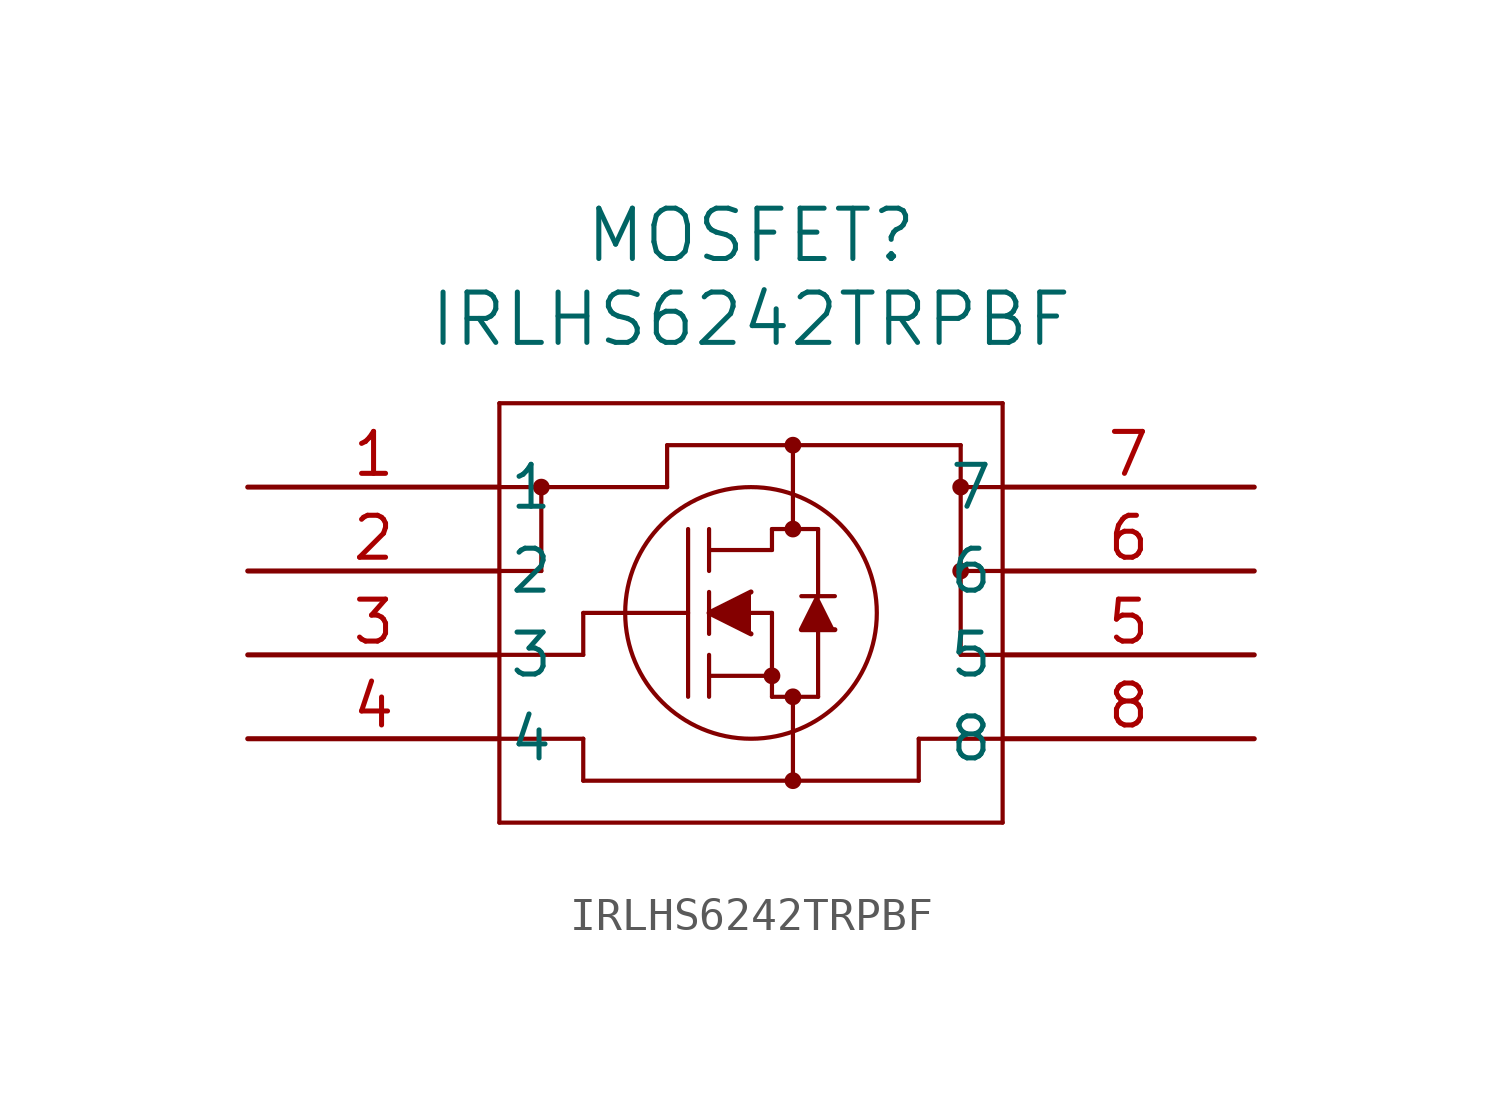
<source format=kicad_sym>
(kicad_symbol_lib
  (version 20211014)
  (generator kicad_symbol_editor)
  (symbol "IRLHS6242TRPBF"
    (pin_names
      (offset 0.254))
    (property "Reference" "MOSFET"
      (at 15.24 7.62 0)
      (effects (font (size 1.524 1.524))))
    (property "Value" "IRLHS6242TRPBF"
      (at 15.24 5.08 0)
      (effects (font (size 1.524 1.524))))
    (symbol "IRLHS6242TRPBF_0_1"
      (polyline (pts (xy 7.62 2.54) (xy 7.62 -10.16)) (stroke (width 0.127) (type default) (color 0 0 0 0)) (fill (type none)))
      (polyline (pts (xy 7.62 -10.16) (xy 22.86 -10.16)) (stroke (width 0.127) (type default) (color 0 0 0 0)) (fill (type none)))
      (polyline (pts (xy 22.86 -10.16) (xy 22.86 2.54)) (stroke (width 0.127) (type default) (color 0 0 0 0)) (fill (type none)))
      (polyline (pts (xy 22.86 2.54) (xy 7.62 2.54)) (stroke (width 0.127) (type default) (color 0 0 0 0)) (fill (type none)))
      (circle (center 16.51 -1.27) (radius 0.127) (stroke (width 0.254) (type default) (color 0 0 0 0)) (fill (type none)))
      (circle (center 16.51 -6.35) (radius 0.127) (stroke (width 0.254) (type default) (color 0 0 0 0)) (fill (type none)))
      (circle (center 15.875 -5.715) (radius 0.127) (stroke (width 0.254) (type default) (color 0 0 0 0)) (fill (type none)))
      (circle (center 15.24 -3.81) (radius 3.81) (stroke (width 0.127) (type default) (color 0 0 0 0)) (fill (type none)))
      (polyline (pts (xy 10.16 -3.81) (xy 13.335 -3.81)) (stroke (width 0.127) (type default) (color 0 0 0 0)) (fill (type none)))
      (polyline (pts (xy 13.335 -6.35) (xy 13.335 -1.27)) (stroke (width 0.127) (type default) (color 0 0 0 0)) (fill (type none)))
      (polyline (pts (xy 13.97 -4.445) (xy 13.97 -3.175)) (stroke (width 0.127) (type default) (color 0 0 0 0)) (fill (type none)))
      (polyline (pts (xy 13.97 -6.35) (xy 13.97 -5.08)) (stroke (width 0.127) (type default) (color 0 0 0 0)) (fill (type none)))
      (polyline (pts (xy 13.97 -2.54) (xy 13.97 -1.27)) (stroke (width 0.127) (type default) (color 0 0 0 0)) (fill (type none)))
      (polyline (pts (xy 15.24 -3.81) (xy 15.875 -3.81)) (stroke (width 0.127) (type default) (color 0 0 0 0)) (fill (type none)))
      (polyline (pts (xy 13.97 -5.715) (xy 15.875 -5.715)) (stroke (width 0.127) (type default) (color 0 0 0 0)) (fill (type none)))
      (polyline (pts (xy 15.875 -6.35) (xy 15.875 -3.81)) (stroke (width 0.127) (type default) (color 0 0 0 0)) (fill (type none)))
      (polyline (pts (xy 15.875 -6.35) (xy 17.272 -6.35)) (stroke (width 0.127) (type default) (color 0 0 0 0)) (fill (type none)))
      (polyline (pts (xy 13.97 -1.905) (xy 15.875 -1.905)) (stroke (width 0.127) (type default) (color 0 0 0 0)) (fill (type none)))
      (polyline (pts (xy 17.272 -3.302) (xy 17.272 -1.27)) (stroke (width 0.127) (type default) (color 0 0 0 0)) (fill (type none)))
      (polyline (pts (xy 17.272 -6.35) (xy 17.272 -4.318)) (stroke (width 0.127) (type default) (color 0 0 0 0)) (fill (type none)))
      (polyline (pts (xy 17.78 -3.302) (xy 16.764 -3.302)) (stroke (width 0.127) (type default) (color 0 0 0 0)) (fill (type none)))
      (polyline (pts (xy 15.875 -1.27) (xy 17.272 -1.27)) (stroke (width 0.127) (type default) (color 0 0 0 0)) (fill (type none)))
      (polyline (pts (xy 15.875 -1.905) (xy 15.875 -1.27)) (stroke (width 0.127) (type default) (color 0 0 0 0)) (fill (type none)))
      (polyline (pts (xy 7.62 -7.62) (xy 10.16 -7.62)) (stroke (width 0.127) (type default) (color 0 0 0 0)) (fill (type none)))
      (polyline (pts (xy 10.16 -5.08) (xy 10.16 -3.81)) (stroke (width 0.127) (type default) (color 0 0 0 0)) (fill (type none)))
      (polyline (pts (xy 7.62 0) (xy 12.7 0)) (stroke (width 0.127) (type default) (color 0 0 0 0)) (fill (type none)))
      (polyline (pts (xy 7.62 -2.54) (xy 8.89 -2.54)) (stroke (width 0.127) (type default) (color 0 0 0 0)) (fill (type none)))
      (polyline (pts (xy 7.62 -5.08) (xy 10.16 -5.08)) (stroke (width 0.127) (type default) (color 0 0 0 0)) (fill (type none)))
      (polyline (pts (xy 8.89 0) (xy 8.89 -2.54)) (stroke (width 0.127) (type default) (color 0 0 0 0)) (fill (type none)))
      (polyline (pts (xy 10.16 -7.62) (xy 10.16 -8.89)) (stroke (width 0.127) (type default) (color 0 0 0 0)) (fill (type none)))
      (polyline (pts (xy 10.16 -8.89) (xy 20.32 -8.89)) (stroke (width 0.127) (type default) (color 0 0 0 0)) (fill (type none)))
      (polyline (pts (xy 16.51 -8.89) (xy 16.51 -6.35)) (stroke (width 0.127) (type default) (color 0 0 0 0)) (fill (type none)))
      (polyline (pts (xy 22.86 -7.62) (xy 20.32 -7.62)) (stroke (width 0.127) (type default) (color 0 0 0 0)) (fill (type none)))
      (polyline (pts (xy 21.59 -5.08) (xy 21.59 1.27)) (stroke (width 0.127) (type default) (color 0 0 0 0)) (fill (type none)))
      (polyline (pts (xy 22.86 -5.08) (xy 21.59 -5.08)) (stroke (width 0.127) (type default) (color 0 0 0 0)) (fill (type none)))
      (polyline (pts (xy 22.86 -2.54) (xy 21.59 -2.54)) (stroke (width 0.127) (type default) (color 0 0 0 0)) (fill (type none)))
      (polyline (pts (xy 22.86 0) (xy 21.59 0)) (stroke (width 0.127) (type default) (color 0 0 0 0)) (fill (type none)))
      (circle (center 16.51 1.27) (radius 0.127) (stroke (width 0.254) (type default) (color 0 0 0 0)) (fill (type none)))
      (polyline (pts (xy 16.51 1.27) (xy 16.51 -1.27)) (stroke (width 0.127) (type default) (color 0 0 0 0)) (fill (type none)))
      (circle (center 21.59 0) (radius 0.127) (stroke (width 0.254) (type default) (color 0 0 0 0)) (fill (type none)))
      (circle (center 21.59 -2.54) (radius 0.127) (stroke (width 0.254) (type default) (color 0 0 0 0)) (fill (type none)))
      (circle (center 8.89 0) (radius 0.127) (stroke (width 0.254) (type default) (color 0 0 0 0)) (fill (type none)))
      (circle (center 16.51 -8.89) (radius 0.127) (stroke (width 0.254) (type default) (color 0 0 0 0)) (fill (type none)))
      (polyline (pts (xy 20.32 -7.62) (xy 20.32 -8.89)) (stroke (width 0.127) (type default) (color 0 0 0 0)) (fill (type none)))
      (polyline (pts (xy 12.7 1.27) (xy 12.7 0)) (stroke (width 0.127) (type default) (color 0 0 0 0)) (fill (type none)))
      (polyline (pts (xy 12.7 1.27) (xy 21.59 1.27)) (stroke (width 0.127) (type default) (color 0 0 0 0)) (fill (type none)))
      (polyline (pts (xy 15.24 -3.175) (xy 13.97 -3.81) (xy 15.24 -4.445)) (stroke (width 0) (type default) (color 0 0 0 0)) (fill (type outline)))
      (polyline (pts (xy 17.78 -4.318) (xy 16.764 -4.318) (xy 17.272 -3.302)) (stroke (width 0) (type default) (color 0 0 0 0)) (fill (type outline)))
      (pin unspecified line (at 0 0 0) (length 7.62) (name "1" (effects (font (size 1.27 1.27)))) (number "1" (effects (font (size 1.27 1.27)))))
      (pin unspecified line (at 0 -2.54 0) (length 7.62) (name "2" (effects (font (size 1.27 1.27)))) (number "2" (effects (font (size 1.27 1.27)))))
      (pin unspecified line (at 0 -5.08 0) (length 7.62) (name "3" (effects (font (size 1.27 1.27)))) (number "3" (effects (font (size 1.27 1.27)))))
      (pin unspecified line (at 0 -7.62 0) (length 7.62) (name "4" (effects (font (size 1.27 1.27)))) (number "4" (effects (font (size 1.27 1.27)))))
      (pin unspecified line (at 30.48 -5.08 180) (length 7.62) (name "5" (effects (font (size 1.27 1.27)))) (number "5" (effects (font (size 1.27 1.27)))))
      (pin unspecified line (at 30.48 -2.54 180) (length 7.62) (name "6" (effects (font (size 1.27 1.27)))) (number "6" (effects (font (size 1.27 1.27)))))
      (pin unspecified line (at 30.48 0 180) (length 7.62) (name "7" (effects (font (size 1.27 1.27)))) (number "7" (effects (font (size 1.27 1.27)))))
      (pin unspecified line (at 30.48 -7.62 180) (length 7.62) (name "8" (effects (font (size 1.27 1.27)))) (number "8" (effects (font (size 1.27 1.27))))))))
</source>
